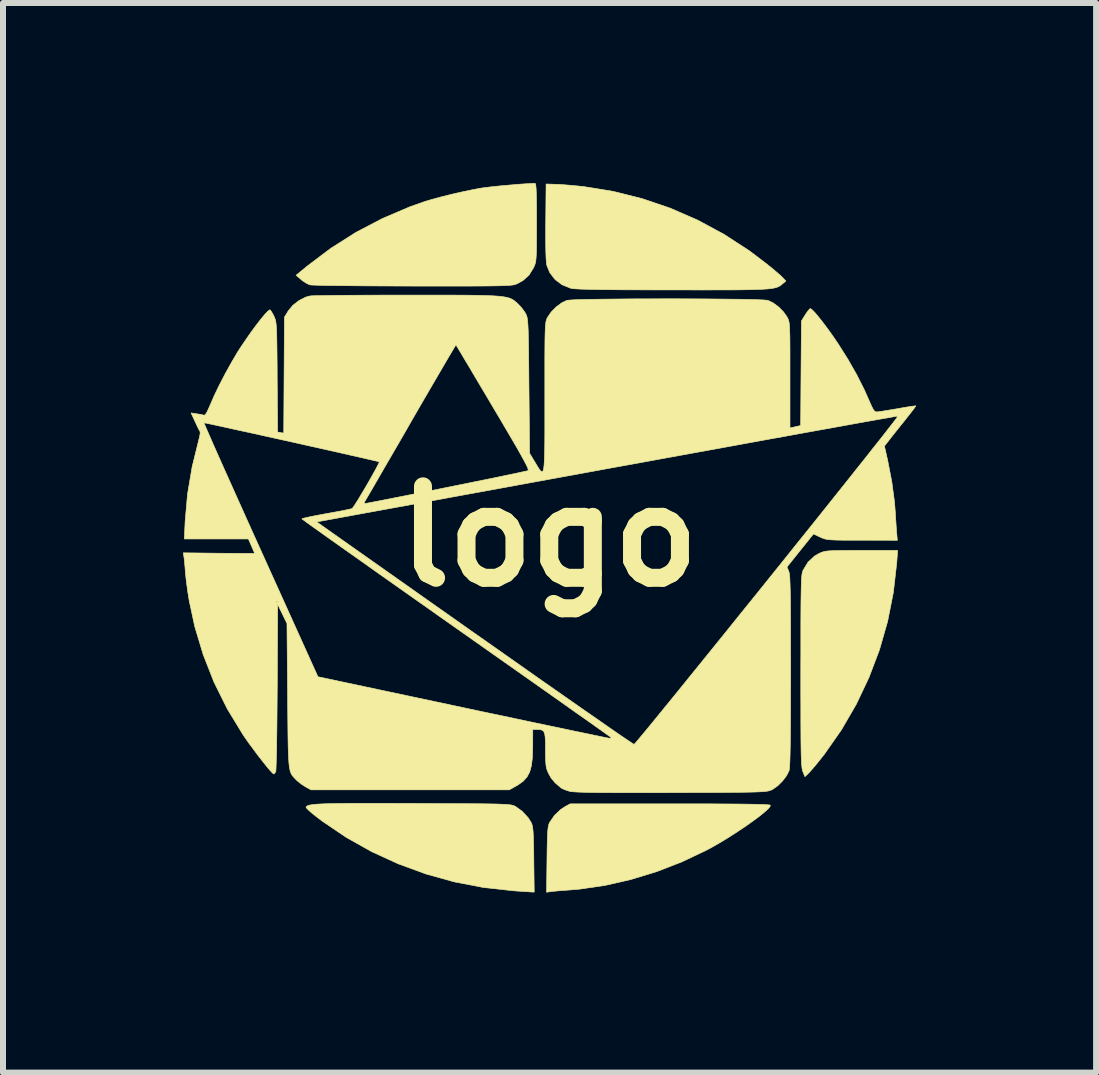
<source format=kicad_pcb>
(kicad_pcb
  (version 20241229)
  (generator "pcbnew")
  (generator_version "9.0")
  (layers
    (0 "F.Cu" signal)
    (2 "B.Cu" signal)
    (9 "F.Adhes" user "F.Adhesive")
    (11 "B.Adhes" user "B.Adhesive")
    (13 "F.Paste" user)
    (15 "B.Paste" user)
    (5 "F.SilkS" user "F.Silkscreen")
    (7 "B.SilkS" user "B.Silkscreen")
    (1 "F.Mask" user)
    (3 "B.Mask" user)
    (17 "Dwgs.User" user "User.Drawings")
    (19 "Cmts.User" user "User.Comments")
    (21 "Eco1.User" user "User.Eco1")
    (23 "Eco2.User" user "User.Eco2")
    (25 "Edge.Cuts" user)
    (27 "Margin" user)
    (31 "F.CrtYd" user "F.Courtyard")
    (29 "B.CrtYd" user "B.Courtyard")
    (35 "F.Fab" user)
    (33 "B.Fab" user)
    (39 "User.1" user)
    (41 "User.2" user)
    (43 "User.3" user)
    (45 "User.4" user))
  (footprint "logo"
    (layer "F.Cu")
    (at 6.103 5.889)
    (property "Reference" "logo" (at 0 0 180) (layer "F.SilkS") (effects (font (size 1.524 1.524) (thickness 0.3))))
    (attr through_hole)
    (fp_poly (pts (xy 2.344 4.456) (xy 2.643 4.456) (xy 2.901 4.458) (xy 3.12 4.459) (xy 3.302 4.461) (xy 3.447 4.464) (xy 3.556 4.467) (xy 3.631 4.471) (xy 3.673 4.475) (xy 3.683 4.478) (xy 3.678 4.502) (xy 3.642 4.544) (xy 3.578 4.601) (xy 3.491 4.671) (xy 3.385 4.749) (xy 3.265 4.834) (xy 3.134 4.921) (xy 2.998 5.009) (xy 2.861 5.093) (xy 2.727 5.17) (xy 2.624 5.226) (xy 2.216 5.42) (xy 1.792 5.585) (xy 1.36 5.717) (xy 0.926 5.816) (xy 0.499 5.878) (xy 0.305 5.894) (xy 0.206 5.901) (xy 0.116 5.909) (xy 0.048 5.915) (xy 0.025 5.918) (xy -0.045 5.929) (xy -0.038 5.383) (xy -0.036 5.213) (xy -0.033 5.081) (xy -0.03 4.98) (xy -0.025 4.904) (xy -0.019 4.85) (xy -0.011 4.81) (xy -0.001 4.78) (xy 0.008 4.763) (xy 0.087 4.648) (xy 0.191 4.55) (xy 0.265 4.501) (xy 0.349 4.456) (xy 2.004 4.456) (xy 2.344 4.456)) (stroke (width 0.01) (type solid)) (fill yes) (layer "F.SilkS"))
    (fp_poly (pts (xy 0.127 -5.867) (xy 0.223 -5.862) (xy 0.344 -5.852) (xy 0.474 -5.84) (xy 0.572 -5.83) (xy 1.065 -5.75) (xy 1.548 -5.629) (xy 2.019 -5.469) (xy 2.475 -5.27) (xy 2.914 -5.033) (xy 3.334 -4.76) (xy 3.619 -4.544) (xy 3.707 -4.473) (xy 3.786 -4.406) (xy 3.85 -4.351) (xy 3.889 -4.314) (xy 3.892 -4.31) (xy 3.943 -4.256) (xy 3.892 -4.214) (xy 3.869 -4.194) (xy 3.846 -4.177) (xy 3.82 -4.163) (xy 3.789 -4.15) (xy 3.75 -4.14) (xy 3.699 -4.131) (xy 3.635 -4.124) (xy 3.554 -4.119) (xy 3.452 -4.115) (xy 3.328 -4.112) (xy 3.178 -4.109) (xy 2.999 -4.108) (xy 2.788 -4.108) (xy 2.543 -4.107) (xy 2.261 -4.108) (xy 2.055 -4.108) (xy 1.731 -4.108) (xy 1.448 -4.109) (xy 1.202 -4.11) (xy 0.993 -4.112) (xy 0.817 -4.114) (xy 0.673 -4.117) (xy 0.558 -4.12) (xy 0.471 -4.124) (xy 0.408 -4.128) (xy 0.369 -4.133) (xy 0.359 -4.135) (xy 0.215 -4.193) (xy 0.097 -4.281) (xy 0.009 -4.395) (xy -0.04 -4.513) (xy -0.048 -4.563) (xy -0.054 -4.646) (xy -0.058 -4.764) (xy -0.06 -4.92) (xy -0.06 -5.114) (xy -0.059 -5.238) (xy -0.053 -5.873) (xy 0.127 -5.867)) (stroke (width 0.01) (type solid)) (fill yes) (layer "F.SilkS"))
    (fp_poly (pts (xy 5.79 0.439) (xy 5.734 0.931) (xy 5.638 1.416) (xy 5.502 1.89) (xy 5.327 2.351) (xy 5.116 2.796) (xy 4.869 3.222) (xy 4.587 3.625) (xy 4.512 3.72) (xy 4.447 3.801) (xy 4.385 3.874) (xy 4.336 3.929) (xy 4.312 3.954) (xy 4.26 4.003) (xy 4.225 3.917) (xy 4.219 3.897) (xy 4.213 3.871) (xy 4.209 3.836) (xy 4.204 3.788) (xy 4.201 3.725) (xy 4.198 3.645) (xy 4.196 3.543) (xy 4.194 3.417) (xy 4.193 3.264) (xy 4.192 3.082) (xy 4.192 2.867) (xy 4.191 2.616) (xy 4.191 2.327) (xy 4.191 2.238) (xy 4.192 1.939) (xy 4.192 1.68) (xy 4.192 1.457) (xy 4.193 1.268) (xy 4.194 1.109) (xy 4.196 0.978) (xy 4.198 0.871) (xy 4.2 0.786) (xy 4.203 0.719) (xy 4.207 0.668) (xy 4.211 0.63) (xy 4.217 0.601) (xy 4.223 0.58) (xy 4.23 0.562) (xy 4.231 0.561) (xy 4.312 0.428) (xy 4.42 0.327) (xy 4.497 0.283) (xy 4.53 0.268) (xy 4.561 0.257) (xy 4.597 0.248) (xy 4.643 0.242) (xy 4.704 0.238) (xy 4.786 0.235) (xy 4.894 0.234) (xy 5.033 0.233) (xy 5.204 0.233) (xy 5.805 0.233) (xy 5.79 0.439)) (stroke (width 0.01) (type solid)) (fill yes) (layer "F.SilkS"))
    (fp_poly (pts (xy -2.866 4.448) (xy -2.593 4.448) (xy -2.28 4.449) (xy -2.254 4.449) (xy -1.955 4.451) (xy -1.696 4.452) (xy -1.473 4.453) (xy -1.283 4.454) (xy -1.124 4.455) (xy -0.992 4.457) (xy -0.885 4.459) (xy -0.8 4.462) (xy -0.733 4.465) (xy -0.683 4.469) (xy -0.645 4.473) (xy -0.616 4.479) (xy -0.595 4.485) (xy -0.578 4.492) (xy -0.562 4.501) (xy -0.561 4.501) (xy -0.45 4.581) (xy -0.353 4.686) (xy -0.304 4.763) (xy -0.292 4.789) (xy -0.282 4.822) (xy -0.275 4.867) (xy -0.269 4.928) (xy -0.265 5.011) (xy -0.262 5.123) (xy -0.259 5.268) (xy -0.258 5.382) (xy -0.251 5.927) (xy -0.311 5.924) (xy -0.356 5.921) (xy -0.432 5.916) (xy -0.527 5.91) (xy -0.603 5.904) (xy -1.095 5.85) (xy -1.58 5.757) (xy -2.055 5.625) (xy -2.516 5.456) (xy -2.961 5.252) (xy -3.385 5.014) (xy -3.785 4.743) (xy -3.89 4.663) (xy -3.961 4.606) (xy -4.016 4.557) (xy -4.049 4.522) (xy -4.054 4.51) (xy -4.044 4.498) (xy -4.026 4.487) (xy -3.999 4.478) (xy -3.959 4.471) (xy -3.903 4.464) (xy -3.83 4.459) (xy -3.737 4.455) (xy -3.62 4.452) (xy -3.477 4.45) (xy -3.306 4.448) (xy -3.103 4.448) (xy -2.866 4.448)) (stroke (width 0.01) (type solid)) (fill yes) (layer "F.SilkS"))
    (fp_poly (pts (xy -0.23 -5.875) (xy -0.224 -5.846) (xy -0.219 -5.793) (xy -0.216 -5.712) (xy -0.214 -5.6) (xy -0.212 -5.454) (xy -0.212 -5.269) (xy -0.212 -5.233) (xy -0.212 -5.05) (xy -0.213 -4.904) (xy -0.214 -4.79) (xy -0.216 -4.703) (xy -0.22 -4.637) (xy -0.225 -4.589) (xy -0.233 -4.551) (xy -0.243 -4.52) (xy -0.256 -4.491) (xy -0.262 -4.477) (xy -0.337 -4.356) (xy -0.436 -4.266) (xy -0.529 -4.214) (xy -0.548 -4.206) (xy -0.567 -4.199) (xy -0.591 -4.193) (xy -0.623 -4.188) (xy -0.664 -4.184) (xy -0.719 -4.181) (xy -0.79 -4.178) (xy -0.879 -4.176) (xy -0.991 -4.174) (xy -1.127 -4.173) (xy -1.292 -4.172) (xy -1.486 -4.172) (xy -1.715 -4.172) (xy -1.98 -4.172) (xy -2.275 -4.172) (xy -2.538 -4.173) (xy -2.789 -4.174) (xy -3.025 -4.175) (xy -3.243 -4.177) (xy -3.441 -4.179) (xy -3.613 -4.181) (xy -3.757 -4.183) (xy -3.87 -4.186) (xy -3.948 -4.189) (xy -3.988 -4.192) (xy -3.991 -4.192) (xy -4.046 -4.218) (xy -4.111 -4.26) (xy -4.137 -4.282) (xy -4.219 -4.352) (xy -4.035 -4.504) (xy -3.641 -4.801) (xy -3.222 -5.067) (xy -2.78 -5.298) (xy -2.321 -5.494) (xy -2.077 -5.58) (xy -1.95 -5.618) (xy -1.794 -5.66) (xy -1.621 -5.703) (xy -1.445 -5.743) (xy -1.278 -5.778) (xy -1.133 -5.805) (xy -1.111 -5.808) (xy -1.027 -5.819) (xy -0.914 -5.832) (xy -0.781 -5.845) (xy -0.641 -5.857) (xy -0.504 -5.869) (xy -0.38 -5.877) (xy -0.281 -5.883) (xy -0.238 -5.884) (xy -0.23 -5.875)) (stroke (width 0.01) (type solid)) (fill yes) (layer "F.SilkS"))
    (fp_poly (pts (xy -1.796 -4.021) (xy -1.566 -4.021) (xy -1.368 -4.02) (xy -1.202 -4.018) (xy -1.062 -4.014) (xy -0.947 -4.01) (xy -0.854 -4.004) (xy -0.779 -3.996) (xy -0.719 -3.986) (xy -0.672 -3.974) (xy -0.634 -3.959) (xy -0.603 -3.942) (xy -0.575 -3.922) (xy -0.548 -3.898) (xy -0.526 -3.879) (xy -0.466 -3.816) (xy -0.413 -3.745) (xy -0.395 -3.716) (xy -0.385 -3.696) (xy -0.377 -3.675) (xy -0.369 -3.649) (xy -0.364 -3.615) (xy -0.359 -3.569) (xy -0.355 -3.507) (xy -0.351 -3.426) (xy -0.349 -3.322) (xy -0.346 -3.192) (xy -0.344 -3.031) (xy -0.342 -2.837) (xy -0.34 -2.605) (xy -0.339 -2.508) (xy -0.328 -1.386) (xy -0.236 -1.233) (xy -0.203 -1.178) (xy -0.175 -1.133) (xy -0.152 -1.1) (xy -0.132 -1.081) (xy -0.116 -1.078) (xy -0.103 -1.095) (xy -0.093 -1.133) (xy -0.086 -1.195) (xy -0.081 -1.284) (xy -0.077 -1.403) (xy -0.075 -1.552) (xy -0.074 -1.736) (xy -0.074 -1.956) (xy -0.074 -2.215) (xy -0.074 -2.323) (xy -0.074 -2.583) (xy -0.074 -2.805) (xy -0.074 -2.991) (xy -0.073 -3.145) (xy -0.072 -3.27) (xy -0.07 -3.37) (xy -0.067 -3.448) (xy -0.064 -3.508) (xy -0.059 -3.552) (xy -0.054 -3.585) (xy -0.047 -3.61) (xy -0.039 -3.63) (xy -0.03 -3.649) (xy -0.027 -3.654) (xy 0.033 -3.741) (xy 0.115 -3.824) (xy 0.206 -3.892) (xy 0.291 -3.933) (xy 0.292 -3.933) (xy 0.33 -3.938) (xy 0.406 -3.943) (xy 0.516 -3.947) (xy 0.656 -3.95) (xy 0.822 -3.953) (xy 1.01 -3.955) (xy 1.215 -3.957) (xy 1.434 -3.959) (xy 1.663 -3.959) (xy 1.896 -3.96) (xy 2.132 -3.96) (xy 2.364 -3.959) (xy 2.589 -3.958) (xy 2.803 -3.956) (xy 3.002 -3.954) (xy 3.182 -3.952) (xy 3.339 -3.949) (xy 3.468 -3.945) (xy 3.565 -3.941) (xy 3.626 -3.936) (xy 3.645 -3.933) (xy 3.73 -3.892) (xy 3.821 -3.825) (xy 3.903 -3.742) (xy 3.964 -3.655) (xy 3.964 -3.654) (xy 3.976 -3.632) (xy 3.985 -3.609) (xy 3.993 -3.581) (xy 3.999 -3.544) (xy 4.003 -3.494) (xy 4.006 -3.427) (xy 4.009 -3.338) (xy 4.01 -3.224) (xy 4.011 -3.08) (xy 4.011 -2.902) (xy 4.011 -2.687) (xy 4.011 -1.807) (xy 4.1 -1.828) (xy 4.189 -1.848) (xy 4.195 -2.72) (xy 4.202 -3.591) (xy 4.265 -3.693) (xy 4.303 -3.749) (xy 4.335 -3.787) (xy 4.349 -3.798) (xy 4.375 -3.782) (xy 4.421 -3.736) (xy 4.482 -3.664) (xy 4.556 -3.571) (xy 4.638 -3.462) (xy 4.724 -3.342) (xy 4.811 -3.214) (xy 4.816 -3.206) (xy 4.976 -2.953) (xy 5.123 -2.695) (xy 5.25 -2.443) (xy 5.336 -2.249) (xy 5.375 -2.162) (xy 5.404 -2.108) (xy 5.429 -2.081) (xy 5.451 -2.075) (xy 5.487 -2.078) (xy 5.556 -2.088) (xy 5.648 -2.103) (xy 5.756 -2.121) (xy 5.798 -2.128) (xy 5.905 -2.147) (xy 5.997 -2.162) (xy 6.065 -2.172) (xy 6.102 -2.176) (xy 6.107 -2.176) (xy 6.097 -2.158) (xy 6.065 -2.114) (xy 6.015 -2.049) (xy 5.952 -1.97) (xy 5.935 -1.947) (xy 5.859 -1.853) (xy 5.784 -1.759) (xy 5.719 -1.677) (xy 5.672 -1.617) (xy 5.671 -1.615) (xy 5.585 -1.506) (xy 5.639 -1.266) (xy 5.708 -0.909) (xy 5.753 -0.572) (xy 5.768 -0.377) (xy 5.774 -0.271) (xy 5.781 -0.166) (xy 5.787 -0.08) (xy 5.79 -0.048) (xy 5.8 0.064) (xy 5.212 0.063) (xy 5.039 0.063) (xy 4.903 0.063) (xy 4.798 0.061) (xy 4.718 0.058) (xy 4.659 0.054) (xy 4.614 0.047) (xy 4.579 0.038) (xy 4.547 0.026) (xy 4.514 0.011) (xy 4.402 -0.041) (xy 3.961 0.509) (xy 3.991 0.582) (xy 3.997 0.602) (xy 4.002 0.632) (xy 4.007 0.676) (xy 4.01 0.737) (xy 4.013 0.817) (xy 4.016 0.919) (xy 4.018 1.047) (xy 4.019 1.201) (xy 4.02 1.387) (xy 4.021 1.605) (xy 4.021 1.86) (xy 4.022 2.154) (xy 4.022 2.235) (xy 4.021 2.56) (xy 4.021 2.844) (xy 4.02 3.089) (xy 4.018 3.298) (xy 4.016 3.473) (xy 4.013 3.615) (xy 4.01 3.727) (xy 4.006 3.81) (xy 4.002 3.866) (xy 3.997 3.898) (xy 3.997 3.9) (xy 3.956 3.984) (xy 3.889 4.073) (xy 3.808 4.154) (xy 3.723 4.214) (xy 3.699 4.226) (xy 3.68 4.233) (xy 3.658 4.24) (xy 3.63 4.245) (xy 3.592 4.25) (xy 3.542 4.254) (xy 3.477 4.257) (xy 3.394 4.26) (xy 3.289 4.262) (xy 3.16 4.264) (xy 3.004 4.265) (xy 2.818 4.267) (xy 2.599 4.267) (xy 2.344 4.268) (xy 2.049 4.269) (xy 2.021 4.269) (xy 1.707 4.27) (xy 1.432 4.27) (xy 1.194 4.27) (xy 0.991 4.269) (xy 0.82 4.268) (xy 0.68 4.266) (xy 0.566 4.263) (xy 0.477 4.26) (xy 0.411 4.256) (xy 0.365 4.252) (xy 0.335 4.247) (xy 0.335 4.246) (xy 0.267 4.224) (xy 0.212 4.2) (xy 0.197 4.19) (xy 0.1 4.108) (xy 0.031 4.026) (xy -0.013 3.948) (xy -0.034 3.9) (xy -0.048 3.854) (xy -0.056 3.8) (xy -0.061 3.727) (xy -0.063 3.628) (xy -0.063 3.551) (xy -0.064 3.426) (xy -0.069 3.336) (xy -0.079 3.277) (xy -0.098 3.242) (xy -0.129 3.224) (xy -0.174 3.218) (xy -0.21 3.217) (xy -0.275 3.217) (xy -0.276 3.508) (xy -0.281 3.68) (xy -0.297 3.816) (xy -0.326 3.924) (xy -0.372 4.01) (xy -0.436 4.08) (xy -0.523 4.142) (xy -0.556 4.161) (xy -0.667 4.223) (xy -3.969 4.223) (xy -4.059 4.174) (xy -4.131 4.128) (xy -4.199 4.073) (xy -4.215 4.058) (xy -4.243 4.029) (xy -4.266 4.004) (xy -4.287 3.978) (xy -4.303 3.948) (xy -4.317 3.912) (xy -4.327 3.864) (xy -4.336 3.803) (xy -4.342 3.723) (xy -4.347 3.623) (xy -4.351 3.498) (xy -4.354 3.345) (xy -4.356 3.16) (xy -4.358 2.94) (xy -4.36 2.682) (xy -4.36 2.656) (xy -4.371 1.45) (xy -4.526 1.132) (xy -4.533 2.508) (xy -4.535 2.747) (xy -4.537 2.973) (xy -4.539 3.184) (xy -4.542 3.375) (xy -4.544 3.544) (xy -4.548 3.686) (xy -4.551 3.798) (xy -4.554 3.876) (xy -4.557 3.916) (xy -4.558 3.921) (xy -4.58 3.952) (xy -4.592 3.958) (xy -4.613 3.942) (xy -4.655 3.897) (xy -4.713 3.828) (xy -4.781 3.742) (xy -4.857 3.645) (xy -4.935 3.54) (xy -5.012 3.436) (xy -5.082 3.336) (xy -5.111 3.292) (xy -5.367 2.871) (xy -5.586 2.43) (xy -5.766 1.972) (xy -5.908 1.501) (xy -5.996 1.09) (xy -4.551 1.09) (xy -4.54 1.101) (xy -4.53 1.09) (xy -4.54 1.079) (xy -4.551 1.09) (xy -5.996 1.09) (xy -6 1.07) (xy -6.021 0.943) (xy -6.039 0.813) (xy -6.054 0.693) (xy -6.064 0.599) (xy -6.064 0.593) (xy -6.071 0.5) (xy -6.079 0.415) (xy -6.086 0.353) (xy -6.088 0.343) (xy -6.098 0.273) (xy -5.504 0.28) (xy -5.351 0.281) (xy -5.212 0.282) (xy -5.093 0.283) (xy -5 0.283) (xy -4.937 0.282) (xy -4.911 0.281) (xy -4.911 0.281) (xy -4.918 0.261) (xy -4.939 0.213) (xy -4.962 0.159) (xy -5.014 0.042) (xy -6.081 0.042) (xy -6.068 -0.249) (xy -6.028 -0.705) (xy -5.951 -1.161) (xy -5.845 -1.591) (xy -5.827 -1.663) (xy -5.817 -1.72) (xy -5.82 -1.749) (xy -5.82 -1.749) (xy -5.836 -1.776) (xy -5.864 -1.831) (xy -5.893 -1.894) (xy -5.754 -1.894) (xy -5.747 -1.874) (xy -5.723 -1.818) (xy -5.684 -1.728) (xy -5.631 -1.607) (xy -5.565 -1.457) (xy -5.487 -1.282) (xy -5.398 -1.082) (xy -5.299 -0.862) (xy -5.192 -0.623) (xy -5.077 -0.367) (xy -4.956 -0.098) (xy -4.829 0.183) (xy -4.809 0.227) (xy -3.855 2.338) (xy -1.446 2.85) (xy -1.133 2.917) (xy -0.831 2.98) (xy -0.543 3.041) (xy -0.271 3.099) (xy -0.018 3.152) (xy 0.213 3.2) (xy 0.419 3.244) (xy 0.599 3.281) (xy 0.749 3.312) (xy 0.867 3.337) (xy 0.95 3.354) (xy 0.996 3.362) (xy 1.004 3.364) (xy 1.03 3.358) (xy 1.026 3.346) (xy 1.006 3.332) (xy 0.954 3.295) (xy 0.871 3.236) (xy 0.76 3.157) (xy 0.621 3.059) (xy 0.457 2.944) (xy 0.271 2.812) (xy 0.063 2.665) (xy -0.164 2.505) (xy -0.408 2.333) (xy -0.668 2.15) (xy -0.941 1.958) (xy -1.226 1.757) (xy -1.52 1.55) (xy -1.556 1.525) (xy -1.851 1.317) (xy -2.136 1.116) (xy -2.41 0.923) (xy -2.671 0.739) (xy -2.916 0.566) (xy -3.144 0.404) (xy -3.354 0.256) (xy -3.542 0.123) (xy -3.707 0.006) (xy -3.847 -0.094) (xy -3.961 -0.175) (xy -4.046 -0.236) (xy -4.053 -0.242) (xy -3.876 -0.242) (xy -1.245 1.614) (xy -0.945 1.824) (xy -0.655 2.028) (xy -0.377 2.224) (xy -0.111 2.411) (xy 0.14 2.586) (xy 0.374 2.75) (xy 0.589 2.9) (xy 0.784 3.035) (xy 0.956 3.155) (xy 1.103 3.257) (xy 1.224 3.34) (xy 1.317 3.403) (xy 1.38 3.445) (xy 1.411 3.464) (xy 1.414 3.465) (xy 1.43 3.448) (xy 1.471 3.4) (xy 1.535 3.323) (xy 1.623 3.217) (xy 1.731 3.086) (xy 1.858 2.93) (xy 2.004 2.751) (xy 2.166 2.552) (xy 2.343 2.333) (xy 2.535 2.096) (xy 2.739 1.844) (xy 2.954 1.578) (xy 3.178 1.299) (xy 3.412 1.01) (xy 3.637 0.73) (xy 3.876 0.433) (xy 4.107 0.144) (xy 4.33 -0.133) (xy 4.542 -0.398) (xy 4.743 -0.65) (xy 4.931 -0.885) (xy 5.104 -1.103) (xy 5.262 -1.301) (xy 5.402 -1.479) (xy 5.525 -1.633) (xy 5.627 -1.764) (xy 5.708 -1.868) (xy 5.767 -1.944) (xy 5.801 -1.991) (xy 5.811 -2.006) (xy 5.788 -2.003) (xy 5.726 -1.992) (xy 5.624 -1.974) (xy 5.486 -1.95) (xy 5.312 -1.919) (xy 5.105 -1.882) (xy 4.864 -1.838) (xy 4.593 -1.789) (xy 4.292 -1.735) (xy 3.964 -1.675) (xy 3.609 -1.611) (xy 3.23 -1.542) (xy 2.827 -1.468) (xy 2.402 -1.391) (xy 1.957 -1.31) (xy 1.494 -1.225) (xy 1.013 -1.138) (xy 0.517 -1.047) (xy 0.007 -0.954) (xy -0.516 -0.858) (xy -1.05 -0.76) (xy -1.594 -0.661) (xy -2.145 -0.559) (xy -2.703 -0.457) (xy -3.266 -0.354) (xy -3.446 -0.321) (xy -3.876 -0.242) (xy -4.053 -0.242) (xy -4.1 -0.276) (xy -4.122 -0.292) (xy -4.122 -0.293) (xy -4.104 -0.301) (xy -4.051 -0.314) (xy -3.968 -0.332) (xy -3.861 -0.353) (xy -3.739 -0.376) (xy -3.72 -0.379) (xy -3.593 -0.402) (xy -3.479 -0.423) (xy -3.385 -0.442) (xy -3.319 -0.456) (xy -3.287 -0.464) (xy -3.286 -0.465) (xy -3.268 -0.486) (xy -3.234 -0.536) (xy -3.217 -0.563) (xy -3.084 -0.563) (xy -3.077 -0.551) (xy -3.062 -0.55) (xy -3.036 -0.554) (xy -2.973 -0.566) (xy -2.874 -0.585) (xy -2.745 -0.61) (xy -2.589 -0.641) (xy -2.41 -0.676) (xy -2.211 -0.716) (xy -1.995 -0.759) (xy -1.767 -0.804) (xy -1.711 -0.816) (xy -1.48 -0.862) (xy -1.26 -0.907) (xy -1.056 -0.948) (xy -0.871 -0.986) (xy -0.709 -1.02) (xy -0.573 -1.048) (xy -0.467 -1.071) (xy -0.394 -1.087) (xy -0.358 -1.095) (xy -0.355 -1.096) (xy -0.35 -1.104) (xy -0.353 -1.122) (xy -0.364 -1.154) (xy -0.387 -1.201) (xy -0.421 -1.266) (xy -0.469 -1.353) (xy -0.531 -1.463) (xy -0.61 -1.599) (xy -0.707 -1.764) (xy -0.822 -1.96) (xy -0.934 -2.148) (xy -1.047 -2.339) (xy -1.154 -2.519) (xy -1.252 -2.684) (xy -1.339 -2.832) (xy -1.415 -2.958) (xy -1.476 -3.061) (xy -1.521 -3.136) (xy -1.548 -3.18) (xy -1.555 -3.191) (xy -1.566 -3.175) (xy -1.597 -3.124) (xy -1.645 -3.043) (xy -1.71 -2.933) (xy -1.788 -2.799) (xy -1.879 -2.643) (xy -1.982 -2.467) (xy -2.093 -2.276) (xy -2.212 -2.071) (xy -2.298 -1.922) (xy -2.421 -1.707) (xy -2.539 -1.503) (xy -2.65 -1.312) (xy -2.752 -1.137) (xy -2.842 -0.981) (xy -2.919 -0.847) (xy -2.982 -0.739) (xy -3.029 -0.659) (xy -3.057 -0.611) (xy -3.065 -0.598) (xy -3.084 -0.563) (xy -3.217 -0.563) (xy -3.188 -0.609) (xy -3.134 -0.699) (xy -3.075 -0.798) (xy -3.015 -0.901) (xy -2.958 -1.001) (xy -2.908 -1.091) (xy -2.868 -1.166) (xy -2.841 -1.219) (xy -2.833 -1.242) (xy -2.834 -1.243) (xy -2.862 -1.251) (xy -2.928 -1.266) (xy -3.026 -1.289) (xy -3.152 -1.318) (xy -3.303 -1.352) (xy -3.473 -1.391) (xy -3.661 -1.433) (xy -3.86 -1.478) (xy -4.068 -1.524) (xy -4.28 -1.572) (xy -4.493 -1.619) (xy -4.702 -1.665) (xy -4.902 -1.71) (xy -5.091 -1.751) (xy -5.265 -1.789) (xy -5.418 -1.823) (xy -5.547 -1.851) (xy -5.649 -1.873) (xy -5.718 -1.887) (xy -5.752 -1.894) (xy -5.754 -1.894) (xy -5.893 -1.894) (xy -5.897 -1.902) (xy -5.902 -1.913) (xy -5.969 -2.058) (xy -5.871 -2.043) (xy -5.807 -2.033) (xy -5.76 -2.022) (xy -5.748 -2.019) (xy -5.729 -2.033) (xy -5.7 -2.081) (xy -5.665 -2.158) (xy -5.653 -2.185) (xy -5.584 -2.344) (xy -5.497 -2.525) (xy -5.398 -2.715) (xy -5.294 -2.902) (xy -5.193 -3.074) (xy -5.136 -3.162) (xy -5.049 -3.29) (xy -4.963 -3.413) (xy -4.88 -3.525) (xy -4.805 -3.622) (xy -4.741 -3.699) (xy -4.691 -3.752) (xy -4.66 -3.776) (xy -4.653 -3.776) (xy -4.632 -3.75) (xy -4.602 -3.699) (xy -4.585 -3.664) (xy -4.575 -3.639) (xy -4.565 -3.613) (xy -4.558 -3.581) (xy -4.552 -3.54) (xy -4.547 -3.486) (xy -4.544 -3.413) (xy -4.541 -3.319) (xy -4.539 -3.198) (xy -4.537 -3.048) (xy -4.535 -2.863) (xy -4.534 -2.653) (xy -4.527 -1.74) (xy -4.425 -1.721) (xy -4.419 -2.688) (xy -4.413 -3.655) (xy -4.349 -3.759) (xy -4.272 -3.852) (xy -4.17 -3.931) (xy -4.058 -3.988) (xy -3.985 -4.008) (xy -3.951 -4.01) (xy -3.878 -4.012) (xy -3.77 -4.014) (xy -3.631 -4.016) (xy -3.463 -4.018) (xy -3.271 -4.019) (xy -3.058 -4.02) (xy -2.827 -4.021) (xy -2.583 -4.021) (xy -2.369 -4.021) (xy -2.063 -4.021) (xy -1.796 -4.021)) (stroke (width 0.01) (type solid)) (fill yes) (layer "F.SilkS")))
  (gr_rect
    (start -3 -3)
    (end 15.215 14.823)
    (stroke (width 0.1) (type default))
    (fill no)
    (layer "Edge.Cuts")))
</source>
